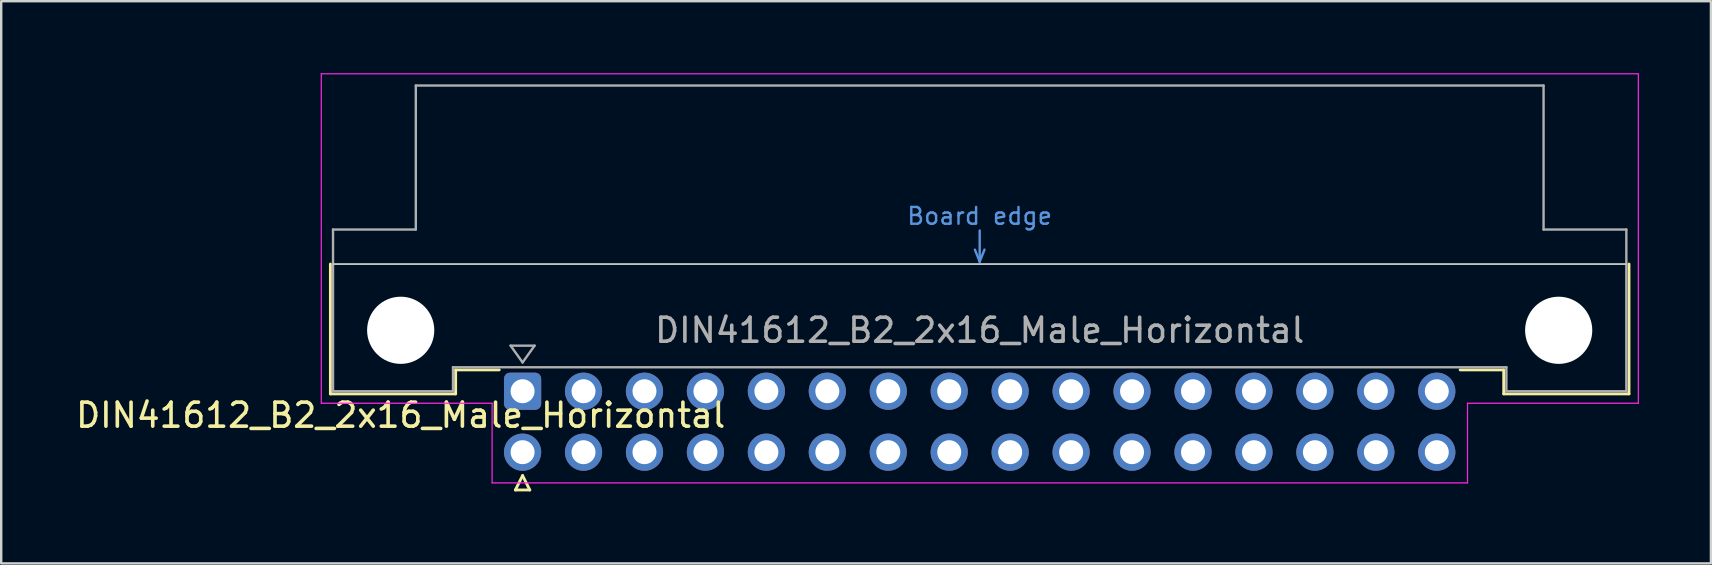
<source format=kicad_pcb>
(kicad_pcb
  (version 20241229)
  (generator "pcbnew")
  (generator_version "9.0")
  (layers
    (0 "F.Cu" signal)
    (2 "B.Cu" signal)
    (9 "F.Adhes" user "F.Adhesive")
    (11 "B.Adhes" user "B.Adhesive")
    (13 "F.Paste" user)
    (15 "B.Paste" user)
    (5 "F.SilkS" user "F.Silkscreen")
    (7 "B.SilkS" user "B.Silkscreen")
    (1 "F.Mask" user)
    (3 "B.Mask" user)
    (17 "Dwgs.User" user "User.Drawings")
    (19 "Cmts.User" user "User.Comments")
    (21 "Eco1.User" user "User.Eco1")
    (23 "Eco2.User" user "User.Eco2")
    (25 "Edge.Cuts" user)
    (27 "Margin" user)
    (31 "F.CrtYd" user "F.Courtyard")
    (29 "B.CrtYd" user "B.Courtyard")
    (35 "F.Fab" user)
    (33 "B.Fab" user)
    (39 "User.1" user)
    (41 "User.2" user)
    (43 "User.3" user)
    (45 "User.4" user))
  (footprint "DIN41612_B2_2x16_Male_Horizontal"
    (layer "F.Cu")
    (at 18.729 13.255)
    (property "Reference" "DIN41612_B2_2x16_Male_Horizontal" (at -5.08 1 0) (layer "F.SilkS") (effects (font (size 1 1) (thickness 0.15))))
    (attr through_hole)
    (fp_line (start -8.01 -5.3) (end -8.01 0.11) (stroke (width 0.12) (type solid)) (layer "F.SilkS"))
    (fp_line (start -8.01 0.11) (end -2.79 0.11) (stroke (width 0.12) (type solid)) (layer "F.SilkS"))
    (fp_line (start -2.79 -0.89) (end -0.975 -0.89) (stroke (width 0.12) (type solid)) (layer "F.SilkS"))
    (fp_line (start -2.79 0.11) (end -2.79 -0.89) (stroke (width 0.12) (type solid)) (layer "F.SilkS"))
    (fp_line (start -0.3 4.115) (end 0.3 4.115) (stroke (width 0.12) (type solid)) (layer "F.SilkS"))
    (fp_line (start 0 3.515) (end -0.3 4.115) (stroke (width 0.12) (type solid)) (layer "F.SilkS"))
    (fp_line (start 0.3 4.115) (end 0 3.515) (stroke (width 0.12) (type solid)) (layer "F.SilkS"))
    (fp_line (start 40.89 -0.89) (end 39.075 -0.89) (stroke (width 0.12) (type solid)) (layer "F.SilkS"))
    (fp_line (start 40.89 0.11) (end 40.89 -0.89) (stroke (width 0.12) (type solid)) (layer "F.SilkS"))
    (fp_line (start 46.11 -5.3) (end 46.11 0.11) (stroke (width 0.12) (type solid)) (layer "F.SilkS"))
    (fp_line (start 46.11 0.11) (end 40.89 0.11) (stroke (width 0.12) (type solid)) (layer "F.SilkS"))
    (fp_line (start -7.9 -5.3) (end 46 -5.3) (stroke (width 0.08) (type solid)) (layer "Dwgs.User"))
    (fp_line (start 18.85 -5.9) (end 19.05 -5.4) (stroke (width 0.1) (type solid)) (layer "Cmts.User"))
    (fp_line (start 19.05 -5.4) (end 19.05 -6.7) (stroke (width 0.1) (type solid)) (layer "Cmts.User"))
    (fp_line (start 19.05 -5.4) (end 19.25 -5.9) (stroke (width 0.1) (type solid)) (layer "Cmts.User"))
    (fp_line (start -8.39 -13.23) (end -8.39 0.5) (stroke (width 0.05) (type solid)) (layer "F.CrtYd"))
    (fp_line (start -8.39 0.5) (end -1.27 0.5) (stroke (width 0.05) (type solid)) (layer "F.CrtYd"))
    (fp_line (start -1.27 0.5) (end -1.27 3.82) (stroke (width 0.05) (type solid)) (layer "F.CrtYd"))
    (fp_line (start -1.27 3.82) (end 39.38 3.82) (stroke (width 0.05) (type solid)) (layer "F.CrtYd"))
    (fp_line (start 39.38 0.5) (end 46.5 0.5) (stroke (width 0.05) (type solid)) (layer "F.CrtYd"))
    (fp_line (start 39.38 3.82) (end 39.38 0.5) (stroke (width 0.05) (type solid)) (layer "F.CrtYd"))
    (fp_line (start 46.5 -13.23) (end -8.39 -13.23) (stroke (width 0.05) (type solid)) (layer "F.CrtYd"))
    (fp_line (start 46.5 0.5) (end 46.5 -13.23) (stroke (width 0.05) (type solid)) (layer "F.CrtYd"))
    (fp_line (start -7.9 -6.74) (end -7.9 0) (stroke (width 0.1) (type solid)) (layer "F.Fab"))
    (fp_line (start -7.9 0) (end -2.9 0) (stroke (width 0.1) (type solid)) (layer "F.Fab"))
    (fp_line (start -4.45 -12.74) (end -4.45 -6.74) (stroke (width 0.1) (type solid)) (layer "F.Fab"))
    (fp_line (start -4.45 -6.74) (end -7.9 -6.74) (stroke (width 0.1) (type solid)) (layer "F.Fab"))
    (fp_line (start -2.9 -1) (end 41 -1) (stroke (width 0.1) (type solid)) (layer "F.Fab"))
    (fp_line (start -2.9 0) (end -2.9 -1) (stroke (width 0.1) (type solid)) (layer "F.Fab"))
    (fp_line (start -0.5 -1.9) (end 0.5 -1.9) (stroke (width 0.1) (type solid)) (layer "F.Fab"))
    (fp_line (start 0 -1.2) (end -0.5 -1.9) (stroke (width 0.1) (type solid)) (layer "F.Fab"))
    (fp_line (start 0.5 -1.9) (end 0 -1.2) (stroke (width 0.1) (type solid)) (layer "F.Fab"))
    (fp_line (start 41 -1) (end 41 0) (stroke (width 0.1) (type solid)) (layer "F.Fab"))
    (fp_line (start 41 0) (end 46 0) (stroke (width 0.1) (type solid)) (layer "F.Fab"))
    (fp_line (start 42.55 -12.74) (end -4.45 -12.74) (stroke (width 0.1) (type solid)) (layer "F.Fab"))
    (fp_line (start 42.55 -6.74) (end 42.55 -12.74) (stroke (width 0.1) (type solid)) (layer "F.Fab"))
    (fp_line (start 46 -6.74) (end 42.55 -6.74) (stroke (width 0.1) (type solid)) (layer "F.Fab"))
    (fp_line (start 46 0) (end 46 -6.74) (stroke (width 0.1) (type solid)) (layer "F.Fab"))
    (fp_text user "Board edge" (at 19.05 -7.3 0) (layer "Cmts.User") (effects (font (size 0.7 0.7) (thickness 0.1))))
    (fp_text user "${REFERENCE}" (at 19.05 -2.54 0) (layer "F.Fab") (effects (font (size 1 1) (thickness 0.15))))
    (pad "" np_thru_hole circle (at -5.08 -2.54) (size 2.8 2.8) (drill 2.8) (layers "*.Cu" "*.Mask"))
    (pad "" np_thru_hole circle (at 43.18 -2.54) (size 2.8 2.8) (drill 2.8) (layers "*.Cu" "*.Mask"))
    (pad "a1" thru_hole roundrect (at 0 0) (size 1.55 1.55) (drill 1) (layers "*.Cu" "*.Mask") (roundrect_rratio 0.161))
    (pad "a2" thru_hole circle (at 2.54 0) (size 1.55 1.55) (drill 1) (layers "*.Cu" "*.Mask"))
    (pad "a3" thru_hole circle (at 5.08 0) (size 1.55 1.55) (drill 1) (layers "*.Cu" "*.Mask"))
    (pad "a4" thru_hole circle (at 7.62 0) (size 1.55 1.55) (drill 1) (layers "*.Cu" "*.Mask"))
    (pad "a5" thru_hole circle (at 10.16 0) (size 1.55 1.55) (drill 1) (layers "*.Cu" "*.Mask"))
    (pad "a6" thru_hole circle (at 12.7 0) (size 1.55 1.55) (drill 1) (layers "*.Cu" "*.Mask"))
    (pad "a7" thru_hole circle (at 15.24 0) (size 1.55 1.55) (drill 1) (layers "*.Cu" "*.Mask"))
    (pad "a8" thru_hole circle (at 17.78 0) (size 1.55 1.55) (drill 1) (layers "*.Cu" "*.Mask"))
    (pad "a9" thru_hole circle (at 20.32 0) (size 1.55 1.55) (drill 1) (layers "*.Cu" "*.Mask"))
    (pad "a10" thru_hole circle (at 22.86 0) (size 1.55 1.55) (drill 1) (layers "*.Cu" "*.Mask"))
    (pad "a11" thru_hole circle (at 25.4 0) (size 1.55 1.55) (drill 1) (layers "*.Cu" "*.Mask"))
    (pad "a12" thru_hole circle (at 27.94 0) (size 1.55 1.55) (drill 1) (layers "*.Cu" "*.Mask"))
    (pad "a13" thru_hole circle (at 30.48 0) (size 1.55 1.55) (drill 1) (layers "*.Cu" "*.Mask"))
    (pad "a14" thru_hole circle (at 33.02 0) (size 1.55 1.55) (drill 1) (layers "*.Cu" "*.Mask"))
    (pad "a15" thru_hole circle (at 35.56 0) (size 1.55 1.55) (drill 1) (layers "*.Cu" "*.Mask"))
    (pad "a16" thru_hole circle (at 38.1 0) (size 1.55 1.55) (drill 1) (layers "*.Cu" "*.Mask"))
    (pad "b1" thru_hole circle (at 0 2.54) (size 1.55 1.55) (drill 1) (layers "*.Cu" "*.Mask"))
    (pad "b2" thru_hole circle (at 2.54 2.54) (size 1.55 1.55) (drill 1) (layers "*.Cu" "*.Mask"))
    (pad "b3" thru_hole circle (at 5.08 2.54) (size 1.55 1.55) (drill 1) (layers "*.Cu" "*.Mask"))
    (pad "b4" thru_hole circle (at 7.62 2.54) (size 1.55 1.55) (drill 1) (layers "*.Cu" "*.Mask"))
    (pad "b5" thru_hole circle (at 10.16 2.54) (size 1.55 1.55) (drill 1) (layers "*.Cu" "*.Mask"))
    (pad "b6" thru_hole circle (at 12.7 2.54) (size 1.55 1.55) (drill 1) (layers "*.Cu" "*.Mask"))
    (pad "b7" thru_hole circle (at 15.24 2.54) (size 1.55 1.55) (drill 1) (layers "*.Cu" "*.Mask"))
    (pad "b8" thru_hole circle (at 17.78 2.54) (size 1.55 1.55) (drill 1) (layers "*.Cu" "*.Mask"))
    (pad "b9" thru_hole circle (at 20.32 2.54) (size 1.55 1.55) (drill 1) (layers "*.Cu" "*.Mask"))
    (pad "b10" thru_hole circle (at 22.86 2.54) (size 1.55 1.55) (drill 1) (layers "*.Cu" "*.Mask"))
    (pad "b11" thru_hole circle (at 25.4 2.54) (size 1.55 1.55) (drill 1) (layers "*.Cu" "*.Mask"))
    (pad "b12" thru_hole circle (at 27.94 2.54) (size 1.55 1.55) (drill 1) (layers "*.Cu" "*.Mask"))
    (pad "b13" thru_hole circle (at 30.48 2.54) (size 1.55 1.55) (drill 1) (layers "*.Cu" "*.Mask"))
    (pad "b14" thru_hole circle (at 33.02 2.54) (size 1.55 1.55) (drill 1) (layers "*.Cu" "*.Mask"))
    (pad "b15" thru_hole circle (at 35.56 2.54) (size 1.55 1.55) (drill 1) (layers "*.Cu" "*.Mask"))
    (pad "b16" thru_hole circle (at 38.1 2.54) (size 1.55 1.55) (drill 1) (layers "*.Cu" "*.Mask")))
  (gr_rect
    (start -3 -3)
    (end 68.254 20.43)
    (stroke (width 0.1) (type default))
    (fill no)
    (layer "Edge.Cuts")))
</source>
